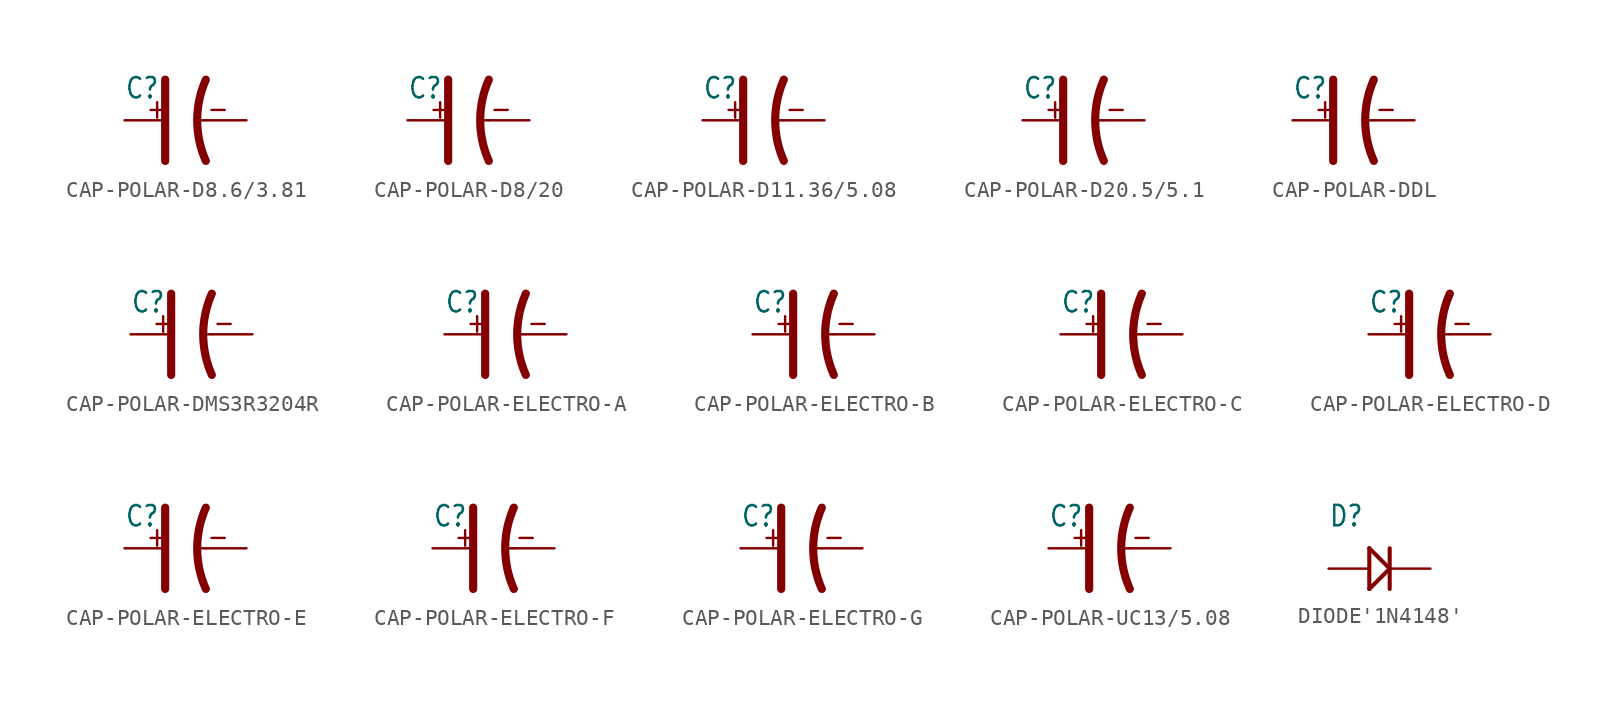
<source format=kicad_sym>
(kicad_symbol_lib
  (version 20220914)
  (generator kicad_symbol_editor)
  (symbol "CAP-POLAR-D8.6/3.81"
    (property "Reference" "C"
      (at -3.81 1.27 0)
      (effects (font (size 1.27 1.079)) (justify left bottom)))
    (property "Value" ""
      (at 1.27 1.27 0)
      (effects (font (size 1.27 1.079)) (justify left bottom)))
    (property "ki_locked" ""
      (at 0 0 0)
      (effects (font (size 1.27 1.27))))
    (symbol "CAP-POLAR-D8.6/3.81_1_0"
      (polyline (pts (xy -1.27 2.54) (xy -1.27 -2.54)) (stroke (width 0.508) (type solid)) (fill (type none)))
      (polyline (pts (xy 1.27 0) (xy 0.635 0)) (stroke (width 0.152) (type solid)) (fill (type none)))
      (arc (start 1.27 2.54) (mid 0.731 0) (end 1.27 -2.5399) (stroke (width 0.508) (type solid)) (fill (type none)))
      (text "+" (at -2.54 0 0) (effects (font (size 1.27 1.079)) (justify left bottom)))
      (text "-" (at 1.27 0 0) (effects (font (size 1.27 1.079)) (justify left bottom)))
      (pin passive line (at -3.81 0 0) (length 2.54) (name "+" (effects (font (size 0 0)))) (number "+" (effects (font (size 0 0)))))
      (pin passive line (at 3.81 0 180) (length 2.54) (name "-" (effects (font (size 0 0)))) (number "-" (effects (font (size 0 0)))))))
  (symbol "CAP-POLAR-D8/20"
    (property "Reference" "C"
      (at -3.81 1.27 0)
      (effects (font (size 1.27 1.079)) (justify left bottom)))
    (property "Value" ""
      (at 1.27 1.27 0)
      (effects (font (size 1.27 1.079)) (justify left bottom)))
    (property "ki_locked" ""
      (at 0 0 0)
      (effects (font (size 1.27 1.27))))
    (symbol "CAP-POLAR-D8/20_1_0"
      (polyline (pts (xy -1.27 2.54) (xy -1.27 -2.54)) (stroke (width 0.508) (type solid)) (fill (type none)))
      (polyline (pts (xy 1.27 0) (xy 0.635 0)) (stroke (width 0.152) (type solid)) (fill (type none)))
      (arc (start 1.27 2.54) (mid 0.731 0) (end 1.27 -2.5399) (stroke (width 0.508) (type solid)) (fill (type none)))
      (text "+" (at -2.54 0 0) (effects (font (size 1.27 1.079)) (justify left bottom)))
      (text "-" (at 1.27 0 0) (effects (font (size 1.27 1.079)) (justify left bottom)))
      (pin passive line (at -3.81 0 0) (length 2.54) (name "+" (effects (font (size 0 0)))) (number "1" (effects (font (size 0 0)))))
      (pin passive line (at 3.81 0 180) (length 2.54) (name "-" (effects (font (size 0 0)))) (number "2" (effects (font (size 0 0)))))))
  (symbol "CAP-POLAR-D11.36/5.08"
    (property "Reference" "C"
      (at -3.81 1.27 0)
      (effects (font (size 1.27 1.079)) (justify left bottom)))
    (property "Value" ""
      (at 1.27 1.27 0)
      (effects (font (size 1.27 1.079)) (justify left bottom)))
    (property "ki_locked" ""
      (at 0 0 0)
      (effects (font (size 1.27 1.27))))
    (symbol "CAP-POLAR-D11.36/5.08_1_0"
      (polyline (pts (xy -1.27 2.54) (xy -1.27 -2.54)) (stroke (width 0.508) (type solid)) (fill (type none)))
      (polyline (pts (xy 1.27 0) (xy 0.635 0)) (stroke (width 0.152) (type solid)) (fill (type none)))
      (arc (start 1.27 2.54) (mid 0.731 0) (end 1.27 -2.5399) (stroke (width 0.508) (type solid)) (fill (type none)))
      (text "+" (at -2.54 0 0) (effects (font (size 1.27 1.079)) (justify left bottom)))
      (text "-" (at 1.27 0 0) (effects (font (size 1.27 1.079)) (justify left bottom)))
      (pin passive line (at -3.81 0 0) (length 2.54) (name "+" (effects (font (size 0 0)))) (number "+" (effects (font (size 0 0)))))
      (pin passive line (at 3.81 0 180) (length 2.54) (name "-" (effects (font (size 0 0)))) (number "-" (effects (font (size 0 0)))))))
  (symbol "CAP-POLAR-D20.5/5.1"
    (property "Reference" "C"
      (at -3.81 1.27 0)
      (effects (font (size 1.27 1.079)) (justify left bottom)))
    (property "Value" ""
      (at 1.27 1.27 0)
      (effects (font (size 1.27 1.079)) (justify left bottom)))
    (property "ki_locked" ""
      (at 0 0 0)
      (effects (font (size 1.27 1.27))))
    (symbol "CAP-POLAR-D20.5/5.1_1_0"
      (polyline (pts (xy -1.27 2.54) (xy -1.27 -2.54)) (stroke (width 0.508) (type solid)) (fill (type none)))
      (polyline (pts (xy 1.27 0) (xy 0.635 0)) (stroke (width 0.152) (type solid)) (fill (type none)))
      (arc (start 1.27 2.54) (mid 0.731 0) (end 1.27 -2.5399) (stroke (width 0.508) (type solid)) (fill (type none)))
      (text "+" (at -2.54 0 0) (effects (font (size 1.27 1.079)) (justify left bottom)))
      (text "-" (at 1.27 0 0) (effects (font (size 1.27 1.079)) (justify left bottom)))
      (pin passive line (at -3.81 0 0) (length 2.54) (name "+" (effects (font (size 0 0)))) (number "+" (effects (font (size 0 0)))))
      (pin passive line (at 3.81 0 180) (length 2.54) (name "-" (effects (font (size 0 0)))) (number "-" (effects (font (size 0 0)))))))
  (symbol "CAP-POLAR-DDL"
    (property "Reference" "C"
      (at -3.81 1.27 0)
      (effects (font (size 1.27 1.079)) (justify left bottom)))
    (property "Value" ""
      (at 1.27 1.27 0)
      (effects (font (size 1.27 1.079)) (justify left bottom)))
    (property "ki_locked" ""
      (at 0 0 0)
      (effects (font (size 1.27 1.27))))
    (symbol "CAP-POLAR-DDL_1_0"
      (polyline (pts (xy -1.27 2.54) (xy -1.27 -2.54)) (stroke (width 0.508) (type solid)) (fill (type none)))
      (polyline (pts (xy 1.27 0) (xy 0.635 0)) (stroke (width 0.152) (type solid)) (fill (type none)))
      (arc (start 1.27 2.54) (mid 0.731 0) (end 1.27 -2.5399) (stroke (width 0.508) (type solid)) (fill (type none)))
      (text "+" (at -2.54 0 0) (effects (font (size 1.27 1.079)) (justify left bottom)))
      (text "-" (at 1.27 0 0) (effects (font (size 1.27 1.079)) (justify left bottom)))
      (pin passive line (at -3.81 0 0) (length 2.54) (name "+" (effects (font (size 0 0)))) (number "1" (effects (font (size 0 0)))))
      (pin passive line (at 3.81 0 180) (length 2.54) (name "-" (effects (font (size 0 0)))) (number "2" (effects (font (size 0 0)))))))
  (symbol "CAP-POLAR-DMS3R3204R"
    (property "Reference" "C"
      (at -3.81 1.27 0)
      (effects (font (size 1.27 1.079)) (justify left bottom)))
    (property "Value" ""
      (at 1.27 1.27 0)
      (effects (font (size 1.27 1.079)) (justify left bottom)))
    (property "ki_locked" ""
      (at 0 0 0)
      (effects (font (size 1.27 1.27))))
    (symbol "CAP-POLAR-DMS3R3204R_1_0"
      (polyline (pts (xy -1.27 2.54) (xy -1.27 -2.54)) (stroke (width 0.508) (type solid)) (fill (type none)))
      (polyline (pts (xy 1.27 0) (xy 0.635 0)) (stroke (width 0.152) (type solid)) (fill (type none)))
      (arc (start 1.27 2.54) (mid 0.731 0) (end 1.27 -2.5399) (stroke (width 0.508) (type solid)) (fill (type none)))
      (text "+" (at -2.54 0 0) (effects (font (size 1.27 1.079)) (justify left bottom)))
      (text "-" (at 1.27 0 0) (effects (font (size 1.27 1.079)) (justify left bottom)))
      (pin passive line (at -3.81 0 0) (length 2.54) (name "+" (effects (font (size 0 0)))) (number "+" (effects (font (size 0 0)))))
      (pin passive line (at 3.81 0 180) (length 2.54) (name "-" (effects (font (size 0 0)))) (number "-" (effects (font (size 0 0)))))))
  (symbol "CAP-POLAR-ELECTRO-A"
    (property "Reference" "C"
      (at -3.81 1.27 0)
      (effects (font (size 1.27 1.079)) (justify left bottom)))
    (property "Value" ""
      (at 1.27 1.27 0)
      (effects (font (size 1.27 1.079)) (justify left bottom)))
    (property "ki_locked" ""
      (at 0 0 0)
      (effects (font (size 1.27 1.27))))
    (symbol "CAP-POLAR-ELECTRO-A_1_0"
      (polyline (pts (xy -1.27 2.54) (xy -1.27 -2.54)) (stroke (width 0.508) (type solid)) (fill (type none)))
      (polyline (pts (xy 1.27 0) (xy 0.635 0)) (stroke (width 0.152) (type solid)) (fill (type none)))
      (arc (start 1.27 2.54) (mid 0.731 0) (end 1.27 -2.5399) (stroke (width 0.508) (type solid)) (fill (type none)))
      (text "+" (at -2.54 0 0) (effects (font (size 1.27 1.079)) (justify left bottom)))
      (text "-" (at 1.27 0 0) (effects (font (size 1.27 1.079)) (justify left bottom)))
      (pin passive line (at -3.81 0 0) (length 2.54) (name "+" (effects (font (size 0 0)))) (number "+" (effects (font (size 0 0)))))
      (pin passive line (at 3.81 0 180) (length 2.54) (name "-" (effects (font (size 0 0)))) (number "-" (effects (font (size 0 0)))))))
  (symbol "CAP-POLAR-ELECTRO-B"
    (property "Reference" "C"
      (at -3.81 1.27 0)
      (effects (font (size 1.27 1.079)) (justify left bottom)))
    (property "Value" ""
      (at 1.27 1.27 0)
      (effects (font (size 1.27 1.079)) (justify left bottom)))
    (property "ki_locked" ""
      (at 0 0 0)
      (effects (font (size 1.27 1.27))))
    (symbol "CAP-POLAR-ELECTRO-B_1_0"
      (polyline (pts (xy -1.27 2.54) (xy -1.27 -2.54)) (stroke (width 0.508) (type solid)) (fill (type none)))
      (polyline (pts (xy 1.27 0) (xy 0.635 0)) (stroke (width 0.152) (type solid)) (fill (type none)))
      (arc (start 1.27 2.54) (mid 0.731 0) (end 1.27 -2.5399) (stroke (width 0.508) (type solid)) (fill (type none)))
      (text "+" (at -2.54 0 0) (effects (font (size 1.27 1.079)) (justify left bottom)))
      (text "-" (at 1.27 0 0) (effects (font (size 1.27 1.079)) (justify left bottom)))
      (pin passive line (at -3.81 0 0) (length 2.54) (name "+" (effects (font (size 0 0)))) (number "+" (effects (font (size 0 0)))))
      (pin passive line (at 3.81 0 180) (length 2.54) (name "-" (effects (font (size 0 0)))) (number "-" (effects (font (size 0 0)))))))
  (symbol "CAP-POLAR-ELECTRO-C"
    (property "Reference" "C"
      (at -3.81 1.27 0)
      (effects (font (size 1.27 1.079)) (justify left bottom)))
    (property "Value" ""
      (at 1.27 1.27 0)
      (effects (font (size 1.27 1.079)) (justify left bottom)))
    (property "ki_locked" ""
      (at 0 0 0)
      (effects (font (size 1.27 1.27))))
    (symbol "CAP-POLAR-ELECTRO-C_1_0"
      (polyline (pts (xy -1.27 2.54) (xy -1.27 -2.54)) (stroke (width 0.508) (type solid)) (fill (type none)))
      (polyline (pts (xy 1.27 0) (xy 0.635 0)) (stroke (width 0.152) (type solid)) (fill (type none)))
      (arc (start 1.27 2.54) (mid 0.731 0) (end 1.27 -2.5399) (stroke (width 0.508) (type solid)) (fill (type none)))
      (text "+" (at -2.54 0 0) (effects (font (size 1.27 1.079)) (justify left bottom)))
      (text "-" (at 1.27 0 0) (effects (font (size 1.27 1.079)) (justify left bottom)))
      (pin passive line (at -3.81 0 0) (length 2.54) (name "+" (effects (font (size 0 0)))) (number "+" (effects (font (size 0 0)))))
      (pin passive line (at 3.81 0 180) (length 2.54) (name "-" (effects (font (size 0 0)))) (number "-" (effects (font (size 0 0)))))))
  (symbol "CAP-POLAR-ELECTRO-D"
    (property "Reference" "C"
      (at -3.81 1.27 0)
      (effects (font (size 1.27 1.079)) (justify left bottom)))
    (property "Value" ""
      (at 1.27 1.27 0)
      (effects (font (size 1.27 1.079)) (justify left bottom)))
    (property "ki_locked" ""
      (at 0 0 0)
      (effects (font (size 1.27 1.27))))
    (symbol "CAP-POLAR-ELECTRO-D_1_0"
      (polyline (pts (xy -1.27 2.54) (xy -1.27 -2.54)) (stroke (width 0.508) (type solid)) (fill (type none)))
      (polyline (pts (xy 1.27 0) (xy 0.635 0)) (stroke (width 0.152) (type solid)) (fill (type none)))
      (arc (start 1.27 2.54) (mid 0.731 0) (end 1.27 -2.5399) (stroke (width 0.508) (type solid)) (fill (type none)))
      (text "+" (at -2.54 0 0) (effects (font (size 1.27 1.079)) (justify left bottom)))
      (text "-" (at 1.27 0 0) (effects (font (size 1.27 1.079)) (justify left bottom)))
      (pin passive line (at -3.81 0 0) (length 2.54) (name "+" (effects (font (size 0 0)))) (number "+" (effects (font (size 0 0)))))
      (pin passive line (at 3.81 0 180) (length 2.54) (name "-" (effects (font (size 0 0)))) (number "-" (effects (font (size 0 0)))))))
  (symbol "CAP-POLAR-ELECTRO-E"
    (property "Reference" "C"
      (at -3.81 1.27 0)
      (effects (font (size 1.27 1.079)) (justify left bottom)))
    (property "Value" ""
      (at 1.27 1.27 0)
      (effects (font (size 1.27 1.079)) (justify left bottom)))
    (property "ki_locked" ""
      (at 0 0 0)
      (effects (font (size 1.27 1.27))))
    (symbol "CAP-POLAR-ELECTRO-E_1_0"
      (polyline (pts (xy -1.27 2.54) (xy -1.27 -2.54)) (stroke (width 0.508) (type solid)) (fill (type none)))
      (polyline (pts (xy 1.27 0) (xy 0.635 0)) (stroke (width 0.152) (type solid)) (fill (type none)))
      (arc (start 1.27 2.54) (mid 0.731 0) (end 1.27 -2.5399) (stroke (width 0.508) (type solid)) (fill (type none)))
      (text "+" (at -2.54 0 0) (effects (font (size 1.27 1.079)) (justify left bottom)))
      (text "-" (at 1.27 0 0) (effects (font (size 1.27 1.079)) (justify left bottom)))
      (pin passive line (at -3.81 0 0) (length 2.54) (name "+" (effects (font (size 0 0)))) (number "+" (effects (font (size 0 0)))))
      (pin passive line (at 3.81 0 180) (length 2.54) (name "-" (effects (font (size 0 0)))) (number "-" (effects (font (size 0 0)))))))
  (symbol "CAP-POLAR-ELECTRO-F"
    (property "Reference" "C"
      (at -3.81 1.27 0)
      (effects (font (size 1.27 1.079)) (justify left bottom)))
    (property "Value" ""
      (at 1.27 1.27 0)
      (effects (font (size 1.27 1.079)) (justify left bottom)))
    (property "ki_locked" ""
      (at 0 0 0)
      (effects (font (size 1.27 1.27))))
    (symbol "CAP-POLAR-ELECTRO-F_1_0"
      (polyline (pts (xy -1.27 2.54) (xy -1.27 -2.54)) (stroke (width 0.508) (type solid)) (fill (type none)))
      (polyline (pts (xy 1.27 0) (xy 0.635 0)) (stroke (width 0.152) (type solid)) (fill (type none)))
      (arc (start 1.27 2.54) (mid 0.731 0) (end 1.27 -2.5399) (stroke (width 0.508) (type solid)) (fill (type none)))
      (text "+" (at -2.54 0 0) (effects (font (size 1.27 1.079)) (justify left bottom)))
      (text "-" (at 1.27 0 0) (effects (font (size 1.27 1.079)) (justify left bottom)))
      (pin passive line (at -3.81 0 0) (length 2.54) (name "+" (effects (font (size 0 0)))) (number "+" (effects (font (size 0 0)))))
      (pin passive line (at 3.81 0 180) (length 2.54) (name "-" (effects (font (size 0 0)))) (number "-" (effects (font (size 0 0)))))))
  (symbol "CAP-POLAR-ELECTRO-G"
    (property "Reference" "C"
      (at -3.81 1.27 0)
      (effects (font (size 1.27 1.079)) (justify left bottom)))
    (property "Value" ""
      (at 1.27 1.27 0)
      (effects (font (size 1.27 1.079)) (justify left bottom)))
    (property "ki_locked" ""
      (at 0 0 0)
      (effects (font (size 1.27 1.27))))
    (symbol "CAP-POLAR-ELECTRO-G_1_0"
      (polyline (pts (xy -1.27 2.54) (xy -1.27 -2.54)) (stroke (width 0.508) (type solid)) (fill (type none)))
      (polyline (pts (xy 1.27 0) (xy 0.635 0)) (stroke (width 0.152) (type solid)) (fill (type none)))
      (arc (start 1.27 2.54) (mid 0.731 0) (end 1.27 -2.5399) (stroke (width 0.508) (type solid)) (fill (type none)))
      (text "+" (at -2.54 0 0) (effects (font (size 1.27 1.079)) (justify left bottom)))
      (text "-" (at 1.27 0 0) (effects (font (size 1.27 1.079)) (justify left bottom)))
      (pin passive line (at -3.81 0 0) (length 2.54) (name "+" (effects (font (size 0 0)))) (number "+" (effects (font (size 0 0)))))
      (pin passive line (at 3.81 0 180) (length 2.54) (name "-" (effects (font (size 0 0)))) (number "-" (effects (font (size 0 0)))))))
  (symbol "CAP-POLAR-UC13/5.08"
    (property "Reference" "C"
      (at -3.81 1.27 0)
      (effects (font (size 1.27 1.079)) (justify left bottom)))
    (property "Value" ""
      (at 1.27 1.27 0)
      (effects (font (size 1.27 1.079)) (justify left bottom)))
    (property "ki_locked" ""
      (at 0 0 0)
      (effects (font (size 1.27 1.27))))
    (symbol "CAP-POLAR-UC13/5.08_1_0"
      (polyline (pts (xy -1.27 2.54) (xy -1.27 -2.54)) (stroke (width 0.508) (type solid)) (fill (type none)))
      (polyline (pts (xy 1.27 0) (xy 0.635 0)) (stroke (width 0.152) (type solid)) (fill (type none)))
      (arc (start 1.27 2.54) (mid 0.731 0) (end 1.27 -2.5399) (stroke (width 0.508) (type solid)) (fill (type none)))
      (text "+" (at -2.54 0 0) (effects (font (size 1.27 1.079)) (justify left bottom)))
      (text "-" (at 1.27 0 0) (effects (font (size 1.27 1.079)) (justify left bottom)))
      (pin passive line (at -3.81 0 0) (length 2.54) (name "+" (effects (font (size 0 0)))) (number "+" (effects (font (size 0 0)))))
      (pin passive line (at 3.81 0 180) (length 2.54) (name "-" (effects (font (size 0 0)))) (number "-" (effects (font (size 0 0)))))))
  (symbol "DIODE'1N4148'"
    (property "Reference" "D"
      (at -3.81 2.54 0)
      (effects (font (size 1.27 1.079)) (justify left bottom)))
    (property "Value" ""
      (at -3.81 1.27 0)
      (effects (font (size 1.27 1.079)) (justify left bottom)))
    (property "ki_locked" ""
      (at 0 0 0)
      (effects (font (size 1.27 1.27))))
    (symbol "DIODE'1N4148'_1_0"
      (polyline (pts (xy -1.27 -1.27) (xy -1.27 1.27)) (stroke (width 0.254) (type solid)) (fill (type none)))
      (polyline (pts (xy -1.27 -1.27) (xy 0 0)) (stroke (width 0.254) (type solid)) (fill (type none)))
      (polyline (pts (xy -1.27 1.27) (xy 0 0)) (stroke (width 0.254) (type solid)) (fill (type none)))
      (polyline (pts (xy 0 0) (xy 0 -1.27)) (stroke (width 0.254) (type solid)) (fill (type none)))
      (polyline (pts (xy 0 1.27) (xy 0 0)) (stroke (width 0.254) (type solid)) (fill (type none)))
      (pin passive line (at -3.81 0 0) (length 2.54) (name "+" (effects (font (size 0 0)))) (number "A" (effects (font (size 0 0)))))
      (pin passive line (at 2.54 0 180) (length 2.54) (name "-" (effects (font (size 0 0)))) (number "C" (effects (font (size 0 0))))))))
</source>
